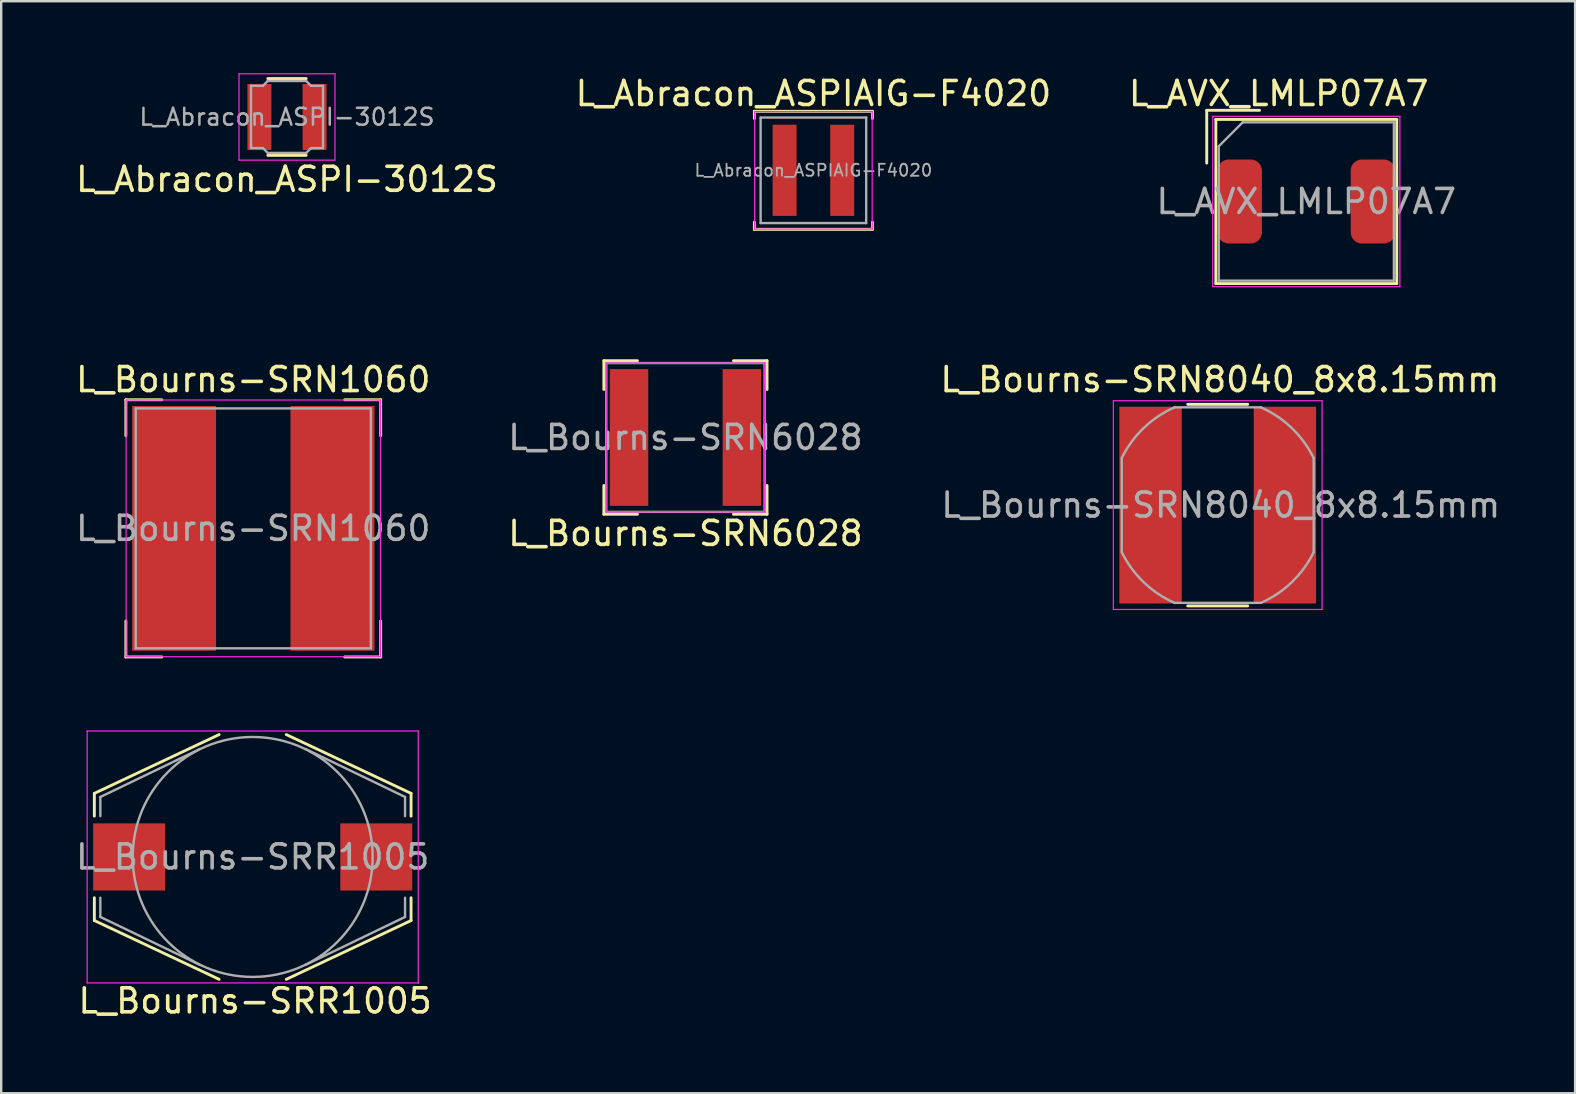
<source format=kicad_pcb>
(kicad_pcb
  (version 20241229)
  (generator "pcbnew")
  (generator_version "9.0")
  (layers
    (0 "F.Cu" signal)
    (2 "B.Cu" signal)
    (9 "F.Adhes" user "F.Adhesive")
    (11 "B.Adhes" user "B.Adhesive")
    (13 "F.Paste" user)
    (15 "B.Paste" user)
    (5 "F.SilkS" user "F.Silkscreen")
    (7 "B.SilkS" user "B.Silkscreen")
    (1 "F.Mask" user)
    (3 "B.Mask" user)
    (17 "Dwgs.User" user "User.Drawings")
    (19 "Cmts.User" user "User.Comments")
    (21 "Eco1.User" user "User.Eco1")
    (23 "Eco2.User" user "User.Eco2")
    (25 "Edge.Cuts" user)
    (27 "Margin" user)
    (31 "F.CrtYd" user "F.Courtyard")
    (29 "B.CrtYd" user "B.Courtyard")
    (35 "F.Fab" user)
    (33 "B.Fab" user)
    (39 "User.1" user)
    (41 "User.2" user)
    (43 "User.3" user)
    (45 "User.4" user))
  (footprint "L_Bourns-SRN1060"
    (layer "F.Cu")
    (at 7.506 18.971)
    (property "Reference" "L_Bourns-SRN1060" (at 0 -6.2 0) (layer "F.SilkS") (effects (font (size 1 1) (thickness 0.15))))
    (attr smd)
    (fp_line (start -5.31 -5.36) (end -5.31 -3.86) (stroke (width 0.12) (type solid)) (layer "F.SilkS"))
    (fp_line (start -5.31 -5.36) (end -3.81 -5.36) (stroke (width 0.12) (type solid)) (layer "F.SilkS"))
    (fp_line (start -5.31 5.36) (end -5.31 3.86) (stroke (width 0.12) (type solid)) (layer "F.SilkS"))
    (fp_line (start -5.31 5.36) (end -3.81 5.36) (stroke (width 0.12) (type solid)) (layer "F.SilkS"))
    (fp_line (start 5.31 -5.36) (end 3.81 -5.36) (stroke (width 0.12) (type solid)) (layer "F.SilkS"))
    (fp_line (start 5.31 -5.36) (end 5.31 -3.86) (stroke (width 0.12) (type solid)) (layer "F.SilkS"))
    (fp_line (start 5.31 5.36) (end 3.81 5.36) (stroke (width 0.12) (type solid)) (layer "F.SilkS"))
    (fp_line (start 5.31 5.36) (end 5.31 3.86) (stroke (width 0.12) (type solid)) (layer "F.SilkS"))
    (fp_line (start -5.3 -5.35) (end -5.3 5.35) (stroke (width 0.05) (type solid)) (layer "F.CrtYd"))
    (fp_line (start -5.3 -5.35) (end 5.3 -5.35) (stroke (width 0.05) (type solid)) (layer "F.CrtYd"))
    (fp_line (start -5.3 5.35) (end 5.3 5.35) (stroke (width 0.05) (type solid)) (layer "F.CrtYd"))
    (fp_line (start 5.3 -5.35) (end 5.3 5.35) (stroke (width 0.05) (type solid)) (layer "F.CrtYd"))
    (fp_line (start -4.9 -5) (end -4.9 5) (stroke (width 0.1) (type solid)) (layer "F.Fab"))
    (fp_line (start -4.9 -5) (end 4.9 -5) (stroke (width 0.1) (type solid)) (layer "F.Fab"))
    (fp_line (start -4.9 5) (end 4.9 5) (stroke (width 0.1) (type solid)) (layer "F.Fab"))
    (fp_line (start 4.9 -5) (end 4.9 5) (stroke (width 0.1) (type solid)) (layer "F.Fab"))
    (fp_text user "${REFERENCE}" (at 0 0 0) (layer "F.Fab") (effects (font (size 1 1) (thickness 0.15))))
    (pad "1" smd rect (at -3.3 0) (size 3.5 10.2) (layers "F.Cu" "F.Mask" "F.Paste"))
    (pad "2" smd rect (at 3.3 0) (size 3.5 10.2) (layers "F.Cu" "F.Mask" "F.Paste")))
  (footprint "L_AVX_LMLP07A7"
    (layer "F.Cu")
    (at 51.394 5.348)
    (property "Reference" "L_AVX_LMLP07A7" (at -1.15 -4.5 0) (layer "F.SilkS") (effects (font (size 1 1) (thickness 0.15))))
    (attr smd)
    (fp_line (start -4.15 -3.8) (end -1.95 -3.8) (stroke (width 0.12) (type solid)) (layer "F.SilkS"))
    (fp_line (start -4.15 -1.6) (end -4.15 -3.8) (stroke (width 0.12) (type solid)) (layer "F.SilkS"))
    (fp_line (start -3.77 -3.42) (end -3.77 3.42) (stroke (width 0.12) (type solid)) (layer "F.SilkS"))
    (fp_line (start -3.77 -3.42) (end 3.77 -3.42) (stroke (width 0.12) (type solid)) (layer "F.SilkS"))
    (fp_line (start -3.77 3.42) (end 3.77 3.42) (stroke (width 0.12) (type solid)) (layer "F.SilkS"))
    (fp_line (start 3.77 -3.42) (end 3.77 3.42) (stroke (width 0.12) (type solid)) (layer "F.SilkS"))
    (fp_line (start -3.9 -3.55) (end -3.9 3.55) (stroke (width 0.05) (type solid)) (layer "F.CrtYd"))
    (fp_line (start -3.9 -3.55) (end 3.9 -3.55) (stroke (width 0.05) (type solid)) (layer "F.CrtYd"))
    (fp_line (start -3.9 3.55) (end 3.9 3.55) (stroke (width 0.05) (type solid)) (layer "F.CrtYd"))
    (fp_line (start 3.9 -3.55) (end 3.9 3.55) (stroke (width 0.05) (type solid)) (layer "F.CrtYd"))
    (fp_line (start -3.65 -2.3) (end -2.65 -3.3) (stroke (width 0.1) (type solid)) (layer "F.Fab"))
    (fp_line (start -3.65 3.3) (end -3.65 -2.3) (stroke (width 0.1) (type solid)) (layer "F.Fab"))
    (fp_line (start -2.65 -3.3) (end 3.65 -3.3) (stroke (width 0.1) (type solid)) (layer "F.Fab"))
    (fp_line (start 3.65 -3.3) (end 3.65 3.3) (stroke (width 0.1) (type solid)) (layer "F.Fab"))
    (fp_line (start 3.65 3.3) (end -3.65 3.3) (stroke (width 0.1) (type solid)) (layer "F.Fab"))
    (fp_text user "${REFERENCE}" (at 0 0 0) (layer "F.Fab") (effects (font (size 1 1) (thickness 0.15))))
    (pad "1" smd roundrect (at -2.775 0) (size 1.85 3.5) (layers "F.Cu" "F.Mask" "F.Paste") (roundrect_rratio 0.25))
    (pad "2" smd roundrect (at 2.775 0) (size 1.85 3.5) (layers "F.Cu" "F.Mask" "F.Paste") (roundrect_rratio 0.25)))
  (footprint "L_Abracon_ASPI-3012S"
    (layer "F.Cu")
    (at 8.911 1.825)
    (property "Reference" "L_Abracon_ASPI-3012S" (at 0 2.6 0) (layer "F.SilkS") (effects (font (size 1 1) (thickness 0.15))))
    (attr smd)
    (fp_line (start -0.8 -1.6) (end 0.8 -1.6) (stroke (width 0.12) (type solid)) (layer "F.SilkS"))
    (fp_line (start -0.8 1.6) (end 0.8 1.6) (stroke (width 0.12) (type solid)) (layer "F.SilkS"))
    (fp_line (start -2 -1.8) (end -2 1.8) (stroke (width 0.05) (type solid)) (layer "F.CrtYd"))
    (fp_line (start -2 1.8) (end 2 1.8) (stroke (width 0.05) (type solid)) (layer "F.CrtYd"))
    (fp_line (start 2 -1.8) (end -2 -1.8) (stroke (width 0.05) (type solid)) (layer "F.CrtYd"))
    (fp_line (start 2 1.8) (end 2 -1.8) (stroke (width 0.05) (type solid)) (layer "F.CrtYd"))
    (fp_line (start -1.5 -1.3) (end -1.5 1.3) (stroke (width 0.1) (type solid)) (layer "F.Fab"))
    (fp_line (start -1.5 1.3) (end -1 1.3) (stroke (width 0.1) (type solid)) (layer "F.Fab"))
    (fp_line (start -1 -1.3) (end -1.5 -1.3) (stroke (width 0.1) (type solid)) (layer "F.Fab"))
    (fp_line (start -1 1.3) (end -0.8 1.5) (stroke (width 0.1) (type solid)) (layer "F.Fab"))
    (fp_line (start -0.8 -1.5) (end -1 -1.3) (stroke (width 0.1) (type solid)) (layer "F.Fab"))
    (fp_line (start -0.8 1.5) (end 0.8 1.5) (stroke (width 0.1) (type solid)) (layer "F.Fab"))
    (fp_line (start 0.8 -1.5) (end -0.8 -1.5) (stroke (width 0.1) (type solid)) (layer "F.Fab"))
    (fp_line (start 0.8 1.5) (end 1 1.3) (stroke (width 0.1) (type solid)) (layer "F.Fab"))
    (fp_line (start 1 -1.3) (end 0.8 -1.5) (stroke (width 0.1) (type solid)) (layer "F.Fab"))
    (fp_line (start 1 1.3) (end 1.5 1.3) (stroke (width 0.1) (type solid)) (layer "F.Fab"))
    (fp_line (start 1.5 -1.3) (end 1 -1.3) (stroke (width 0.1) (type solid)) (layer "F.Fab"))
    (fp_line (start 1.5 1.3) (end 1.5 -1.3) (stroke (width 0.1) (type solid)) (layer "F.Fab"))
    (fp_text user "${REFERENCE}" (at 0 0 0) (layer "F.Fab") (effects (font (size 0.7 0.7) (thickness 0.105))))
    (pad "1" smd rect (at -1.15 0) (size 1 2.75) (layers "F.Cu" "F.Mask" "F.Paste"))
    (pad "2" smd rect (at 1.15 0) (size 1 2.75) (layers "F.Cu" "F.Mask" "F.Paste")))
  (footprint "L_Bourns-SRN8040_8x8.15mm"
    (layer "F.Cu")
    (at 47.702 18.002)
    (property "Reference" "L_Bourns-SRN8040_8x8.15mm" (at 0.09 -5.23 0) (layer "F.SilkS") (effects (font (size 1 1) (thickness 0.15))))
    (attr smd)
    (fp_line (start -1.25 4.2) (end 1.25 4.2) (stroke (width 0.12) (type solid)) (layer "F.SilkS"))
    (fp_line (start 1.25 -4.2) (end -1.25 -4.2) (stroke (width 0.12) (type solid)) (layer "F.SilkS"))
    (fp_line (start -4.35 -4.35) (end -4.35 4.35) (stroke (width 0.05) (type solid)) (layer "F.CrtYd"))
    (fp_line (start -4.35 -4.35) (end 4.35 -4.35) (stroke (width 0.05) (type solid)) (layer "F.CrtYd"))
    (fp_line (start -4.35 4.35) (end 4.35 4.35) (stroke (width 0.05) (type solid)) (layer "F.CrtYd"))
    (fp_line (start 4.35 -4.35) (end 4.35 4.35) (stroke (width 0.05) (type solid)) (layer "F.CrtYd"))
    (fp_line (start -4 -1.96) (end -4 1.96) (stroke (width 0.1) (type solid)) (layer "F.Fab"))
    (fp_line (start -1.8 -4.075) (end 1.8 -4.075) (stroke (width 0.1) (type solid)) (layer "F.Fab"))
    (fp_line (start 1.8 4.075) (end -1.8 4.075) (stroke (width 0.1) (type solid)) (layer "F.Fab"))
    (fp_line (start 4 -1.96) (end 4 1.96) (stroke (width 0.1) (type solid)) (layer "F.Fab"))
    (fp_arc (start -3.99824 -1.964613) (mid -3.085179 -3.213611) (end -1.8 -4.075) (stroke (width 0.1) (type solid)) (layer "F.Fab"))
    (fp_arc (start -1.804314 4.072598) (mid -3.088411 3.209878) (end -4 1.96) (stroke (width 0.1) (type solid)) (layer "F.Fab"))
    (fp_arc (start 1.799817 -4.074587) (mid 3.086639 -3.211582) (end 4 -1.96) (stroke (width 0.1) (type solid)) (layer "F.Fab"))
    (fp_arc (start 3.99824 1.964613) (mid 3.085179 3.213611) (end 1.8 4.075) (stroke (width 0.1) (type solid)) (layer "F.Fab"))
    (fp_text user "${REFERENCE}" (at 0.127 0 0) (layer "F.Fab") (effects (font (size 1 1) (thickness 0.15))))
    (pad "1" smd rect (at -2.8 0) (size 2.6 8.2) (layers "F.Cu" "F.Mask" "F.Paste"))
    (pad "2" smd rect (at 2.8 0) (size 2.6 8.2) (layers "F.Cu" "F.Mask" "F.Paste")))
  (footprint "L_Bourns-SRR1005"
    (layer "F.Cu")
    (at 7.482 32.666)
    (property "Reference" "L_Bourns-SRR1005" (at 0.1 6 0) (layer "F.SilkS") (effects (font (size 1 1) (thickness 0.15))))
    (attr smd)
    (fp_line (start -6.6 -2.65) (end -6.6 -1.7) (stroke (width 0.12) (type solid)) (layer "F.SilkS"))
    (fp_line (start -6.6 -2.65) (end -1.4 -5.1) (stroke (width 0.12) (type solid)) (layer "F.SilkS"))
    (fp_line (start -6.6 2.65) (end -6.6 1.7) (stroke (width 0.12) (type solid)) (layer "F.SilkS"))
    (fp_line (start -6.6 2.65) (end -1.4 5.1) (stroke (width 0.12) (type solid)) (layer "F.SilkS"))
    (fp_line (start 6.6 -2.65) (end 1.4 -5.1) (stroke (width 0.12) (type solid)) (layer "F.SilkS"))
    (fp_line (start 6.6 -2.65) (end 6.6 -1.7) (stroke (width 0.12) (type solid)) (layer "F.SilkS"))
    (fp_line (start 6.6 2.65) (end 1.4 5.1) (stroke (width 0.12) (type solid)) (layer "F.SilkS"))
    (fp_line (start 6.6 2.65) (end 6.6 1.7) (stroke (width 0.12) (type solid)) (layer "F.SilkS"))
    (fp_line (start -6.9 -5.25) (end -6.9 5.25) (stroke (width 0.05) (type solid)) (layer "F.CrtYd"))
    (fp_line (start -6.9 -5.25) (end 6.9 -5.25) (stroke (width 0.05) (type solid)) (layer "F.CrtYd"))
    (fp_line (start -6.9 5.25) (end 6.9 5.25) (stroke (width 0.05) (type solid)) (layer "F.CrtYd"))
    (fp_line (start 6.9 -5.25) (end 6.9 5.25) (stroke (width 0.05) (type solid)) (layer "F.CrtYd"))
    (fp_line (start -6.35 -2.5) (end -2.2 -4.5) (stroke (width 0.1) (type solid)) (layer "F.Fab"))
    (fp_line (start -6.35 -1.7) (end -6.35 -2.5) (stroke (width 0.1) (type solid)) (layer "F.Fab"))
    (fp_line (start -6.35 2.5) (end -6.35 1.7) (stroke (width 0.1) (type solid)) (layer "F.Fab"))
    (fp_line (start -6.35 2.5) (end -2.2 4.5) (stroke (width 0.1) (type solid)) (layer "F.Fab"))
    (fp_line (start 6.35 -2.5) (end 2.2 -4.5) (stroke (width 0.1) (type solid)) (layer "F.Fab"))
    (fp_line (start 6.35 -1.7) (end 6.35 -2.5) (stroke (width 0.1) (type solid)) (layer "F.Fab"))
    (fp_line (start 6.35 2.5) (end 2.2 4.5) (stroke (width 0.1) (type solid)) (layer "F.Fab"))
    (fp_line (start 6.35 2.5) (end 6.35 1.7) (stroke (width 0.1) (type solid)) (layer "F.Fab"))
    (fp_circle (center 0 0) (end 0 -5) (stroke (width 0.1) (type solid)) (fill no) (layer "F.Fab"))
    (fp_text user "${REFERENCE}" (at 0 0 0) (layer "F.Fab") (effects (font (size 1 1) (thickness 0.15))))
    (pad "1" smd rect (at -5.15 0) (size 3 2.8) (layers "F.Cu" "F.Mask" "F.Paste"))
    (pad "2" smd rect (at 5.15 0) (size 3 2.8) (layers "F.Cu" "F.Mask" "F.Paste")))
  (footprint "L_Bourns-SRN6028"
    (layer "F.Cu")
    (at 25.518 15.183)
    (property "Reference" "L_Bourns-SRN6028" (at 0 4 0) (layer "F.SilkS") (effects (font (size 1 1) (thickness 0.15))))
    (attr smd)
    (fp_line (start -3.4 -3.2) (end -3.4 -2) (stroke (width 0.12) (type solid)) (layer "F.SilkS"))
    (fp_line (start -3.4 -3.2) (end -2 -3.2) (stroke (width 0.12) (type solid)) (layer "F.SilkS"))
    (fp_line (start -3.4 3.2) (end -3.4 2) (stroke (width 0.12) (type solid)) (layer "F.SilkS"))
    (fp_line (start -3.4 3.2) (end -2 3.2) (stroke (width 0.12) (type solid)) (layer "F.SilkS"))
    (fp_line (start 3.4 -3.2) (end 2 -3.2) (stroke (width 0.12) (type solid)) (layer "F.SilkS"))
    (fp_line (start 3.4 -3.2) (end 3.4 -2) (stroke (width 0.12) (type solid)) (layer "F.SilkS"))
    (fp_line (start 3.4 3.2) (end 2 3.2) (stroke (width 0.12) (type solid)) (layer "F.SilkS"))
    (fp_line (start 3.4 3.2) (end 3.4 2) (stroke (width 0.12) (type solid)) (layer "F.SilkS"))
    (fp_line (start -3.3 -3.1) (end -3.3 3.1) (stroke (width 0.05) (type solid)) (layer "F.CrtYd"))
    (fp_line (start -3.3 -3.1) (end 3.3 -3.1) (stroke (width 0.05) (type solid)) (layer "F.CrtYd"))
    (fp_line (start 3.3 -3.1) (end 3.3 3.1) (stroke (width 0.05) (type solid)) (layer "F.CrtYd"))
    (fp_line (start 3.3 3.1) (end -3.3 3.1) (stroke (width 0.05) (type solid)) (layer "F.CrtYd"))
    (fp_line (start -3.3 -3.1) (end -3.3 3.1) (stroke (width 0.1) (type solid)) (layer "F.Fab"))
    (fp_line (start -3.3 -3.1) (end 3.3 -3.1) (stroke (width 0.1) (type solid)) (layer "F.Fab"))
    (fp_line (start 3.3 -3.1) (end 3.3 3.1) (stroke (width 0.1) (type solid)) (layer "F.Fab"))
    (fp_line (start 3.3 3.1) (end -3.3 3.1) (stroke (width 0.1) (type solid)) (layer "F.Fab"))
    (fp_text user "${REFERENCE}" (at 0 0 0) (layer "F.Fab") (effects (font (size 1 1) (thickness 0.15))))
    (pad "1" smd rect (at -2.35 0) (size 1.6 5.7) (layers "F.Cu" "F.Mask" "F.Paste"))
    (pad "2" smd rect (at 2.35 0) (size 1.6 5.7) (layers "F.Cu" "F.Mask" "F.Paste")))
  (footprint "L_Abracon_ASPIAIG-F4020"
    (layer "F.Cu")
    (at 30.851 4.048)
    (property "Reference" "L_Abracon_ASPIAIG-F4020" (at 0 -3.2 0) (layer "F.SilkS") (effects (font (size 1 1) (thickness 0.15))))
    (attr smd)
    (fp_line (start -2.46 -2.46) (end -2.46 -2.16) (stroke (width 0.12) (type solid)) (layer "F.SilkS"))
    (fp_line (start -2.46 -2.46) (end 2.46 -2.46) (stroke (width 0.12) (type solid)) (layer "F.SilkS"))
    (fp_line (start -2.46 2.46) (end -2.46 2.16) (stroke (width 0.12) (type solid)) (layer "F.SilkS"))
    (fp_line (start -2.46 2.46) (end 2.46 2.46) (stroke (width 0.12) (type solid)) (layer "F.SilkS"))
    (fp_line (start 2.46 -2.46) (end 2.46 -2.16) (stroke (width 0.12) (type solid)) (layer "F.SilkS"))
    (fp_line (start 2.46 2.46) (end 2.46 2.16) (stroke (width 0.12) (type solid)) (layer "F.SilkS"))
    (fp_line (start -2.45 -2.45) (end -2.45 2.45) (stroke (width 0.05) (type solid)) (layer "F.CrtYd"))
    (fp_line (start -2.45 2.45) (end 2.45 2.45) (stroke (width 0.05) (type solid)) (layer "F.CrtYd"))
    (fp_line (start 2.45 -2.45) (end -2.45 -2.45) (stroke (width 0.05) (type solid)) (layer "F.CrtYd"))
    (fp_line (start 2.45 2.45) (end 2.45 -2.45) (stroke (width 0.05) (type solid)) (layer "F.CrtYd"))
    (fp_line (start -2.2 -2.2) (end -2.2 2.2) (stroke (width 0.1) (type solid)) (layer "F.Fab"))
    (fp_line (start -2.2 2.2) (end 2.2 2.2) (stroke (width 0.1) (type solid)) (layer "F.Fab"))
    (fp_line (start 2.2 -2.2) (end -2.2 -2.2) (stroke (width 0.1) (type solid)) (layer "F.Fab"))
    (fp_line (start 2.2 2.2) (end 2.2 -2.2) (stroke (width 0.1) (type solid)) (layer "F.Fab"))
    (fp_text user "${REFERENCE}" (at 0 0 0) (layer "F.Fab") (effects (font (size 0.5 0.5) (thickness 0.075))))
    (pad "1" smd rect (at -1.2 0) (size 1 3.8) (layers "F.Cu" "F.Mask" "F.Paste"))
    (pad "2" smd rect (at 1.2 0) (size 1 3.8) (layers "F.Cu" "F.Mask" "F.Paste")))
  (gr_rect
    (start -3 -3)
    (end 62.597 42.515)
    (stroke (width 0.1) (type default))
    (fill no)
    (layer "Edge.Cuts")))
</source>
